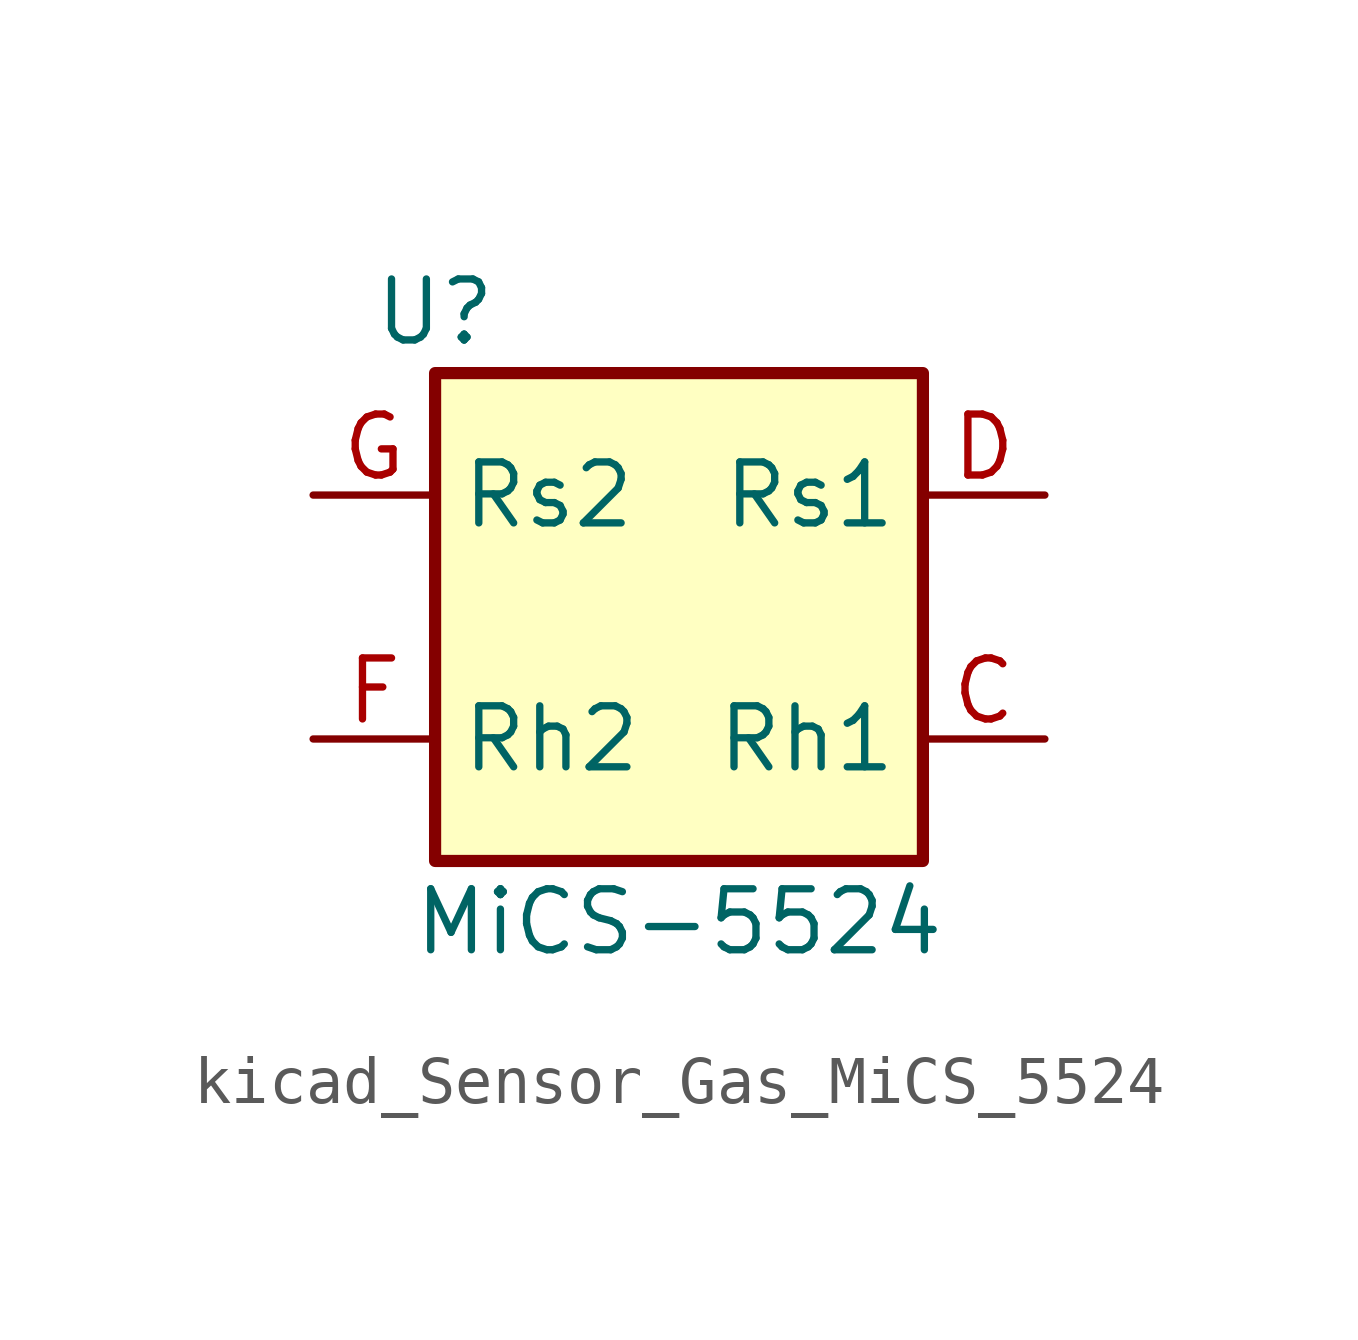
<source format=kicad_sym>
(kicad_symbol_lib
  (version 20220914)
  (generator kicad_symbol_editor)
  (symbol "kicad_Sensor_Gas_MiCS_5524"
    (property "Reference" "U"
      (at -5.08 6.35 0)
      (effects (font (size 1.27 1.27))))
    (property "Value" "MiCS-5524"
      (at 0 -6.35 0)
      (effects (font (size 1.27 1.27))))
    (symbol "kicad_Sensor_Gas_MiCS_5524_0_1"
      (rectangle (start -5.08 5.08) (end 5.08 -5.08) (stroke (width 0.254) (type default)) (fill (type background))))
    (symbol "kicad_Sensor_Gas_MiCS_5524_1_1"
      (pin no_connect line (at 0 5.08 270) (length 2.54) hide (name "NC" (effects (font (size 1.27 1.27)))) (number "A" (effects (font (size 1.27 1.27)))))
      (pin no_connect line (at 0 -5.08 90) (length 2.54) hide (name "NC" (effects (font (size 1.27 1.27)))) (number "B" (effects (font (size 1.27 1.27)))))
      (pin output line (at 7.62 -2.54 180) (length 2.54) (name "Rh1" (effects (font (size 1.27 1.27)))) (number "C" (effects (font (size 1.27 1.27)))))
      (pin output line (at 7.62 2.54 180) (length 2.54) (name "Rs1" (effects (font (size 1.27 1.27)))) (number "D" (effects (font (size 1.27 1.27)))))
      (pin no_connect line (at -2.54 -5.08 90) (length 2.54) hide (name "NC" (effects (font (size 1.27 1.27)))) (number "E" (effects (font (size 1.27 1.27)))))
      (pin input line (at -7.62 -2.54 0) (length 2.54) (name "Rh2" (effects (font (size 1.27 1.27)))) (number "F" (effects (font (size 1.27 1.27)))))
      (pin input line (at -7.62 2.54 0) (length 2.54) (name "Rs2" (effects (font (size 1.27 1.27)))) (number "G" (effects (font (size 1.27 1.27)))))
      (pin no_connect line (at 2.54 -5.08 90) (length 2.54) hide (name "NC" (effects (font (size 1.27 1.27)))) (number "H" (effects (font (size 1.27 1.27)))))
      (pin no_connect line (at -2.54 5.08 270) (length 2.54) hide (name "NC" (effects (font (size 1.27 1.27)))) (number "J" (effects (font (size 1.27 1.27)))))
      (pin no_connect line (at 2.54 5.08 270) (length 2.54) hide (name "NC" (effects (font (size 1.27 1.27)))) (number "K" (effects (font (size 1.27 1.27))))))))
</source>
